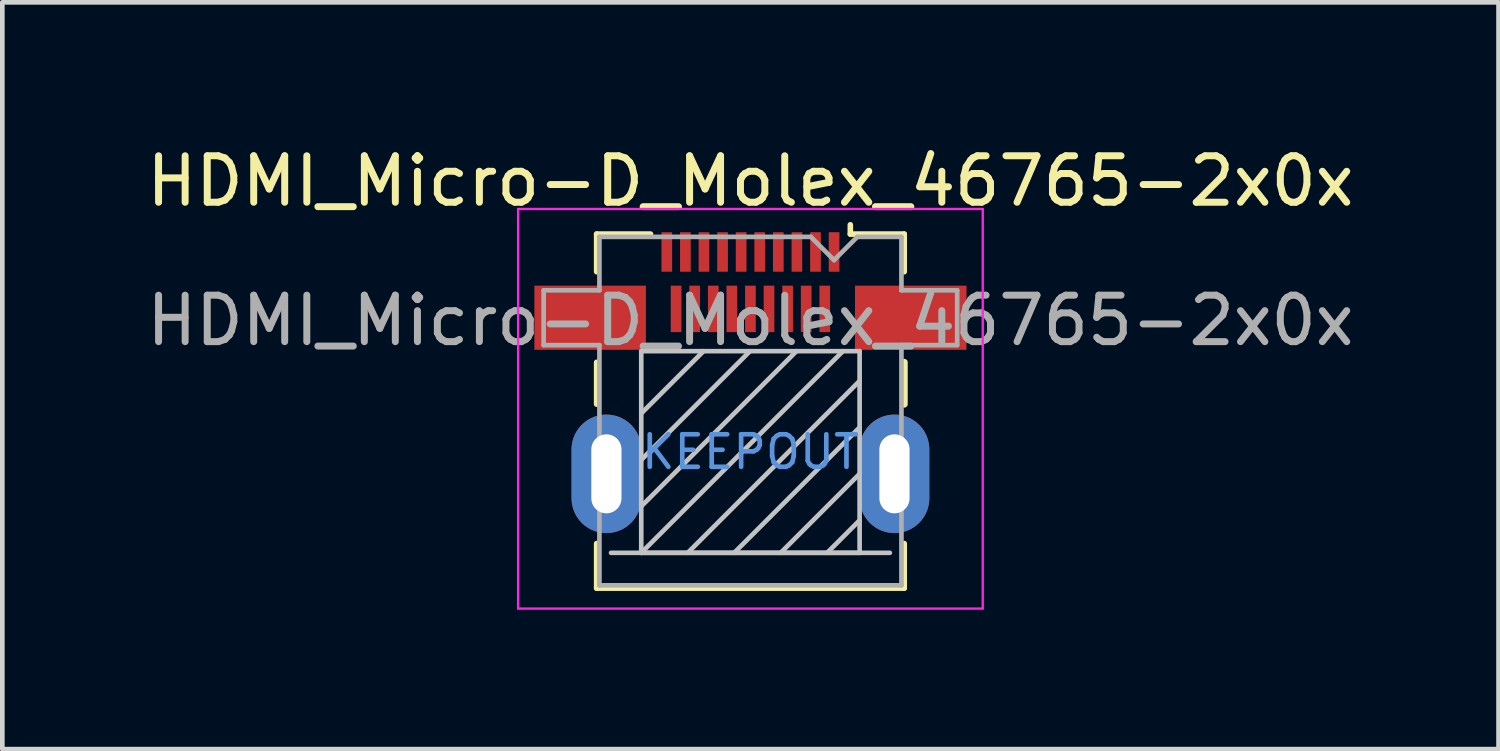
<source format=kicad_pcb>
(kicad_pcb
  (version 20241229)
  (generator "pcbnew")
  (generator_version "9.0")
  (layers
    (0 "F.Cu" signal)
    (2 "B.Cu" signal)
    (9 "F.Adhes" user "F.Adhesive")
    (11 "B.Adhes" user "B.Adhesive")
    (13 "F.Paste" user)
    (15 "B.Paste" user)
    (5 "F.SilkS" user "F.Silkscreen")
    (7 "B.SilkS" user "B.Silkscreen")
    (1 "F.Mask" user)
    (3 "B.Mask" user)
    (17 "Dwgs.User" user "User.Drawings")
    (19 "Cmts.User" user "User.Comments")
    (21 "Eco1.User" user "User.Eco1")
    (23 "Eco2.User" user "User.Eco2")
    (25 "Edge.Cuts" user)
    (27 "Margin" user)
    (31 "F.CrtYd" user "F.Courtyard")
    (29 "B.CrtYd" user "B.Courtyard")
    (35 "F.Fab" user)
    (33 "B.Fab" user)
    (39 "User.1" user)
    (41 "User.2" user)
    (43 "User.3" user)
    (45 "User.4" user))
  (footprint "HDMI_Micro-D_Molex_46765-2x0x"
    (layer "F.Cu")
    (at 13.101 7.148)
    (property "Reference" "HDMI_Micro-D_Molex_46765-2x0x" (at 0 -6.3 0) (layer "F.SilkS") (effects (font (size 1 1) (thickness 0.15))))
    (attr smd)
    (fp_line (start -3.31 -5.16) (end -2.15 -5.16) (stroke (width 0.12) (type solid)) (layer "F.SilkS"))
    (fp_line (start -3.31 -4.35) (end -3.31 -5.16) (stroke (width 0.12) (type solid)) (layer "F.SilkS"))
    (fp_line (start -3.31 -1.5) (end -3.31 -2.4) (stroke (width 0.12) (type solid)) (layer "F.SilkS"))
    (fp_line (start -3.31 2.46) (end -3.31 1.5) (stroke (width 0.12) (type solid)) (layer "F.SilkS"))
    (fp_line (start -3.31 2.46) (end 3.31 2.46) (stroke (width 0.12) (type solid)) (layer "F.SilkS"))
    (fp_line (start 2.15 -5.16) (end 2.15 -5.36) (stroke (width 0.12) (type solid)) (layer "F.SilkS"))
    (fp_line (start 2.15 -5.16) (end 3.31 -5.16) (stroke (width 0.12) (type solid)) (layer "F.SilkS"))
    (fp_line (start 3.31 -5.16) (end 3.31 -4.35) (stroke (width 0.12) (type solid)) (layer "F.SilkS"))
    (fp_line (start 3.31 -2.4) (end 3.31 -1.5) (stroke (width 0.15) (type solid)) (layer "F.SilkS"))
    (fp_line (start 3.31 1.5) (end 3.31 2.46) (stroke (width 0.12) (type solid)) (layer "F.SilkS"))
    (fp_line (start -3 1.7) (end 3 1.7) (stroke (width 0.1) (type solid)) (layer "Dwgs.User"))
    (fp_line (start -2.35 -2.64) (end 2.35 -2.64) (stroke (width 0.1) (type solid)) (layer "Dwgs.User"))
    (fp_line (start -2.35 -1.3) (end -1.01 -2.64) (stroke (width 0.1) (type solid)) (layer "Dwgs.User"))
    (fp_line (start -2.35 -0.3) (end -0.01 -2.64) (stroke (width 0.1) (type solid)) (layer "Dwgs.User"))
    (fp_line (start -2.35 0.7) (end 0.99 -2.64) (stroke (width 0.1) (type solid)) (layer "Dwgs.User"))
    (fp_line (start -2.35 1.7) (end -2.35 -2.64) (stroke (width 0.1) (type solid)) (layer "Dwgs.User"))
    (fp_line (start -2.35 1.7) (end 1.99 -2.64) (stroke (width 0.1) (type solid)) (layer "Dwgs.User"))
    (fp_line (start -1.35 1.7) (end 2.35 -2) (stroke (width 0.1) (type solid)) (layer "Dwgs.User"))
    (fp_line (start -0.35 1.7) (end 2.35 -1) (stroke (width 0.1) (type solid)) (layer "Dwgs.User"))
    (fp_line (start 0.65 1.7) (end 2.35 0) (stroke (width 0.1) (type solid)) (layer "Dwgs.User"))
    (fp_line (start 1.65 1.7) (end 2.35 1) (stroke (width 0.1) (type solid)) (layer "Dwgs.User"))
    (fp_line (start 2.35 -2.64) (end 2.35 1.7) (stroke (width 0.1) (type solid)) (layer "Dwgs.User"))
    (fp_line (start 2.35 1.7) (end -2.35 1.7) (stroke (width 0.1) (type solid)) (layer "Dwgs.User"))
    (fp_line (start -5 -5.7) (end -5 2.9) (stroke (width 0.05) (type solid)) (layer "F.CrtYd"))
    (fp_line (start -5 2.9) (end 5 2.9) (stroke (width 0.05) (type solid)) (layer "F.CrtYd"))
    (fp_line (start 5 -5.7) (end -5 -5.7) (stroke (width 0.05) (type solid)) (layer "F.CrtYd"))
    (fp_line (start 5 2.9) (end 5 -5.7) (stroke (width 0.05) (type solid)) (layer "F.CrtYd"))
    (fp_line (start -4.45 -3.95) (end -3.25 -3.95) (stroke (width 0.1) (type solid)) (layer "F.Fab"))
    (fp_line (start -4.45 -2.77) (end -4.45 -3.95) (stroke (width 0.1) (type solid)) (layer "F.Fab"))
    (fp_line (start -3.25 -5.1) (end 1.3 -5.1) (stroke (width 0.1) (type solid)) (layer "F.Fab"))
    (fp_line (start -3.25 -3.95) (end -3.25 -5.1) (stroke (width 0.1) (type solid)) (layer "F.Fab"))
    (fp_line (start -3.25 -2.77) (end -4.45 -2.77) (stroke (width 0.1) (type solid)) (layer "F.Fab"))
    (fp_line (start -3.25 2.4) (end -3.25 -2.77) (stroke (width 0.1) (type solid)) (layer "F.Fab"))
    (fp_line (start 1.8 -4.6) (end 1.3 -5.1) (stroke (width 0.1) (type solid)) (layer "F.Fab"))
    (fp_line (start 1.8 -4.6) (end 2.3 -5.1) (stroke (width 0.1) (type solid)) (layer "F.Fab"))
    (fp_line (start 2.3 -5.1) (end 3.25 -5.1) (stroke (width 0.1) (type solid)) (layer "F.Fab"))
    (fp_line (start 3.25 -5.1) (end 3.25 -3.95) (stroke (width 0.1) (type solid)) (layer "F.Fab"))
    (fp_line (start 3.25 -3.95) (end 4.45 -3.95) (stroke (width 0.1) (type solid)) (layer "F.Fab"))
    (fp_line (start 3.25 -2.77) (end 3.25 2.4) (stroke (width 0.1) (type solid)) (layer "F.Fab"))
    (fp_line (start 3.25 2.4) (end -3.25 2.4) (stroke (width 0.1) (type solid)) (layer "F.Fab"))
    (fp_line (start 4.45 -3.95) (end 4.45 -2.77) (stroke (width 0.1) (type solid)) (layer "F.Fab"))
    (fp_line (start 4.45 -2.77) (end 3.25 -2.77) (stroke (width 0.1) (type solid)) (layer "F.Fab"))
    (fp_text user "KEEPOUT" (at 0 -0.47 0) (layer "Cmts.User") (effects (font (size 0.7 0.7) (thickness 0.1))))
    (fp_text user "${REFERENCE}" (at 0 -3.3 0) (layer "F.Fab") (effects (font (size 1 1) (thickness 0.15))))
    (pad "1" smd rect (at 1.8 -4.775) (size 0.23 0.85) (layers "F.Cu" "F.Mask" "F.Paste"))
    (pad "2" smd rect (at 1.6 -3.55) (size 0.23 1) (layers "F.Cu" "F.Mask" "F.Paste"))
    (pad "3" smd rect (at 1.4 -4.775) (size 0.23 0.85) (layers "F.Cu" "F.Mask" "F.Paste"))
    (pad "4" smd rect (at 1.2 -3.55) (size 0.23 1) (layers "F.Cu" "F.Mask" "F.Paste"))
    (pad "5" smd rect (at 1 -4.775) (size 0.23 0.85) (layers "F.Cu" "F.Mask" "F.Paste"))
    (pad "6" smd rect (at 0.8 -3.55) (size 0.23 1) (layers "F.Cu" "F.Mask" "F.Paste"))
    (pad "7" smd rect (at 0.6 -4.775) (size 0.23 0.85) (layers "F.Cu" "F.Mask" "F.Paste"))
    (pad "8" smd rect (at 0.4 -3.55) (size 0.23 1) (layers "F.Cu" "F.Mask" "F.Paste"))
    (pad "9" smd rect (at 0.2 -4.775) (size 0.23 0.85) (layers "F.Cu" "F.Mask" "F.Paste"))
    (pad "10" smd rect (at 0 -3.55) (size 0.23 1) (layers "F.Cu" "F.Mask" "F.Paste"))
    (pad "11" smd rect (at -0.2 -4.775) (size 0.23 0.85) (layers "F.Cu" "F.Mask" "F.Paste"))
    (pad "12" smd rect (at -0.4 -3.55) (size 0.23 1) (layers "F.Cu" "F.Mask" "F.Paste"))
    (pad "13" smd rect (at -0.6 -4.775) (size 0.23 0.85) (layers "F.Cu" "F.Mask" "F.Paste"))
    (pad "14" smd rect (at -0.8 -3.55) (size 0.23 1) (layers "F.Cu" "F.Mask" "F.Paste"))
    (pad "15" smd rect (at -1 -4.775) (size 0.23 0.85) (layers "F.Cu" "F.Mask" "F.Paste"))
    (pad "16" smd rect (at -1.2 -3.55) (size 0.23 1) (layers "F.Cu" "F.Mask" "F.Paste"))
    (pad "17" smd rect (at -1.4 -4.775) (size 0.23 0.85) (layers "F.Cu" "F.Mask" "F.Paste"))
    (pad "18" smd rect (at -1.6 -3.55) (size 0.23 1) (layers "F.Cu" "F.Mask" "F.Paste"))
    (pad "19" smd rect (at -1.8 -4.775) (size 0.23 0.85) (layers "F.Cu" "F.Mask" "F.Paste"))
    (pad "SH" smd rect (at -3.45 -3.36) (size 2.4 1.38) (layers "F.Cu" "F.Mask" "F.Paste"))
    (pad "SH" thru_hole oval (at -3.1 0) (size 1.5 2.55) (drill oval 0.65 1.7) (layers "*.Cu" "*.Mask"))
    (pad "SH" thru_hole oval (at 3.1 0) (size 1.5 2.55) (drill oval 0.65 1.7) (layers "*.Cu" "*.Mask"))
    (pad "SH" smd rect (at 3.45 -3.36) (size 2.4 1.38) (layers "F.Cu" "F.Mask" "F.Paste")))
  (gr_rect
    (start -3 -3)
    (end 29.202 13.073)
    (stroke (width 0.1) (type default))
    (fill no)
    (layer "Edge.Cuts")))
</source>
